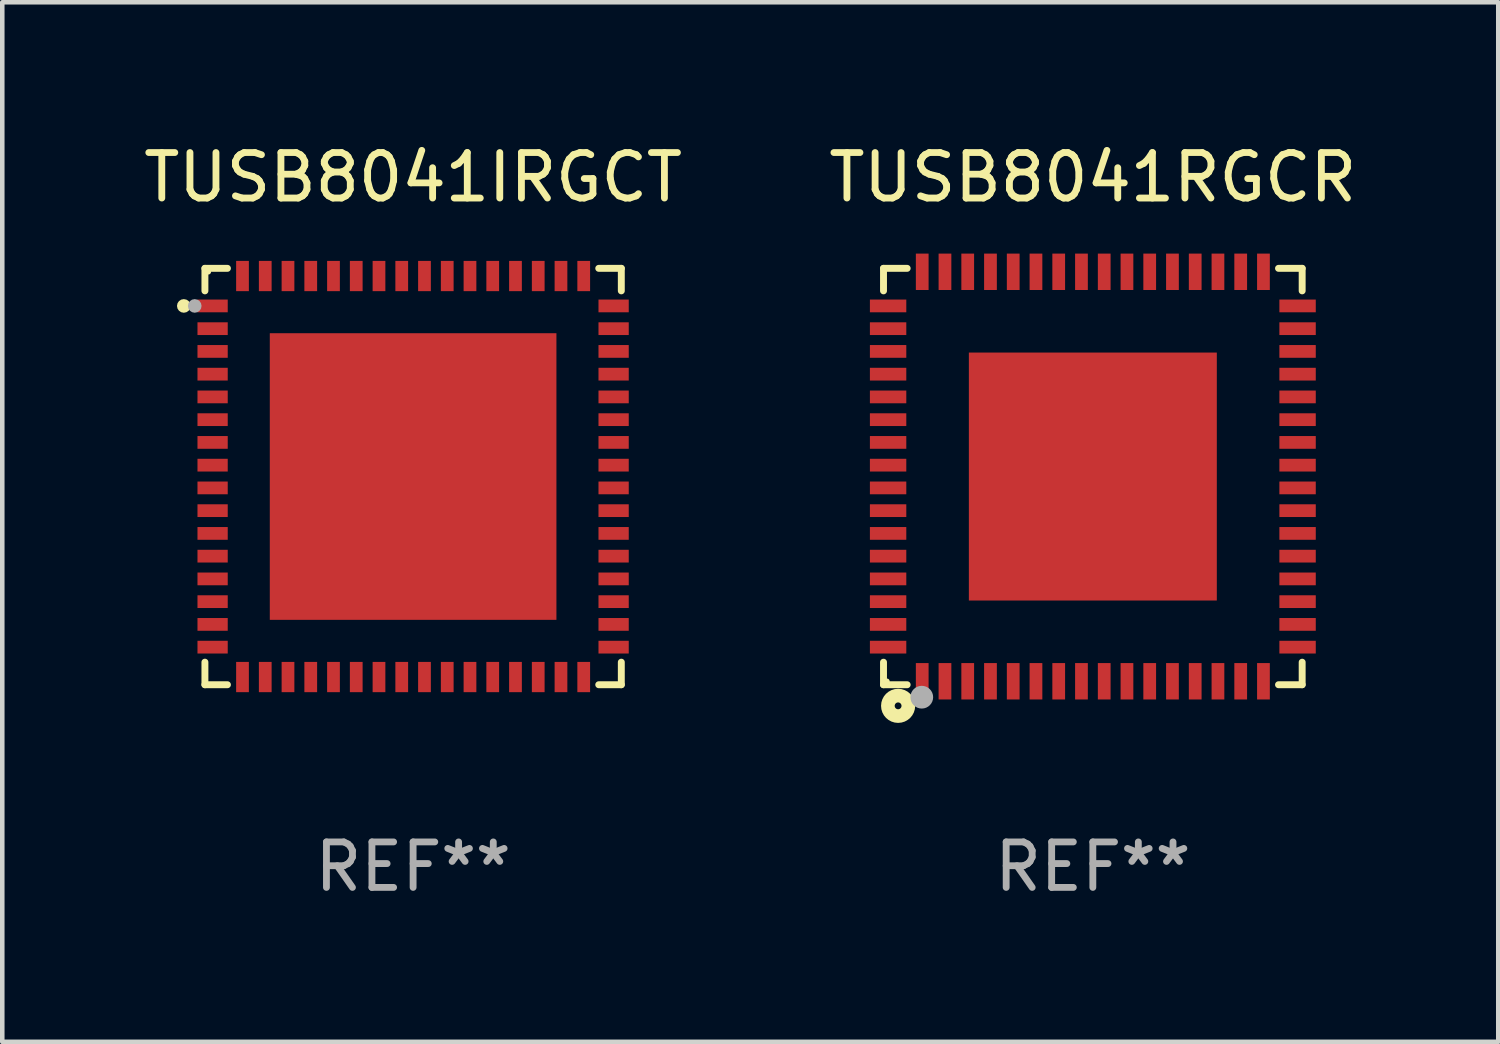
<source format=kicad_pcb>
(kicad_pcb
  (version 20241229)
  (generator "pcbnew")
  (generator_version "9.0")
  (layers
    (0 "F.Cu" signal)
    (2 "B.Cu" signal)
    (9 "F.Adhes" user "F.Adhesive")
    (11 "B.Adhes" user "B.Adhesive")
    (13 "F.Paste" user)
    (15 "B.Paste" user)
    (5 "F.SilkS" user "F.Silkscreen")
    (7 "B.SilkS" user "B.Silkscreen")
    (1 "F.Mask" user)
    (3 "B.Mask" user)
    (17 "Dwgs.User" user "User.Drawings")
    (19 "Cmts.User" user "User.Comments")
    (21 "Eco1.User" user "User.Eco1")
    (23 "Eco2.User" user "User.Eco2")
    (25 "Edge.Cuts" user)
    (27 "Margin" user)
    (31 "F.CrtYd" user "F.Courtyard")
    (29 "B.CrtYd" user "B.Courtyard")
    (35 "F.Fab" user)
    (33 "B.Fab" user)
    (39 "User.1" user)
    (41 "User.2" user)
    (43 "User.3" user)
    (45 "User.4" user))
  (footprint "TUSB8041RGCR"
    (layer "F.Cu")
    (at 20.97 7.424)
    (property "Reference" "TUSB8041RGCR" (at 0 -6.576 0) (layer "F.SilkS") (effects (font (size 1 1) (thickness 0.15))))
    (attr through_hole)
    (fp_line (start -4.601 -4.576) (end -4.081 -4.576) (stroke (width 0.152) (type solid)) (layer "F.SilkS"))
    (fp_line (start -4.601 -4.081) (end -4.601 -4.576) (stroke (width 0.152) (type solid)) (layer "F.SilkS"))
    (fp_line (start -4.601 4.081) (end -4.601 4.576) (stroke (width 0.152) (type solid)) (layer "F.SilkS"))
    (fp_line (start -4.601 4.576) (end -4.081 4.576) (stroke (width 0.152) (type solid)) (layer "F.SilkS"))
    (fp_line (start 4.601 -4.576) (end 4.081 -4.576) (stroke (width 0.152) (type solid)) (layer "F.SilkS"))
    (fp_line (start 4.601 -4.081) (end 4.601 -4.576) (stroke (width 0.152) (type solid)) (layer "F.SilkS"))
    (fp_line (start 4.601 4.081) (end 4.601 4.576) (stroke (width 0.152) (type solid)) (layer "F.SilkS"))
    (fp_line (start 4.601 4.576) (end 4.081 4.576) (stroke (width 0.152) (type solid)) (layer "F.SilkS"))
    (fp_circle (center -4.525 4.5) (end -4.495 4.5) (stroke (width 0.06) (type solid)) (fill no) (layer "F.SilkS"))
    (fp_circle (center -4.28 5.04) (end -4.205 5.04) (stroke (width 0.3) (type solid)) (fill no) (layer "F.SilkS"))
    (fp_circle (center -3.76 4.85) (end -3.635 4.85) (stroke (width 0.25) (type solid)) (fill no) (layer "F.Fab"))
    (fp_text user "REF**" (at 0 8.576 0) (layer "F.Fab") (effects (font (size 1 1) (thickness 0.15))))
    (pad "1" smd rect (at -3.75 4.5) (size 0.28 0.8) (layers "F.Cu" "F.Mask" "F.Paste"))
    (pad "2" smd rect (at -3.25 4.5) (size 0.28 0.8) (layers "F.Cu" "F.Mask" "F.Paste"))
    (pad "3" smd rect (at -2.75 4.5) (size 0.28 0.8) (layers "F.Cu" "F.Mask" "F.Paste"))
    (pad "4" smd rect (at -2.25 4.5) (size 0.28 0.8) (layers "F.Cu" "F.Mask" "F.Paste"))
    (pad "5" smd rect (at -1.75 4.5) (size 0.28 0.8) (layers "F.Cu" "F.Mask" "F.Paste"))
    (pad "6" smd rect (at -1.25 4.5) (size 0.28 0.8) (layers "F.Cu" "F.Mask" "F.Paste"))
    (pad "7" smd rect (at -0.75 4.5) (size 0.28 0.8) (layers "F.Cu" "F.Mask" "F.Paste"))
    (pad "8" smd rect (at -0.25 4.5) (size 0.28 0.8) (layers "F.Cu" "F.Mask" "F.Paste"))
    (pad "9" smd rect (at 0.25 4.5) (size 0.28 0.8) (layers "F.Cu" "F.Mask" "F.Paste"))
    (pad "10" smd rect (at 0.75 4.5) (size 0.28 0.8) (layers "F.Cu" "F.Mask" "F.Paste"))
    (pad "11" smd rect (at 1.25 4.5) (size 0.28 0.8) (layers "F.Cu" "F.Mask" "F.Paste"))
    (pad "12" smd rect (at 1.75 4.5) (size 0.28 0.8) (layers "F.Cu" "F.Mask" "F.Paste"))
    (pad "13" smd rect (at 2.25 4.5) (size 0.28 0.8) (layers "F.Cu" "F.Mask" "F.Paste"))
    (pad "14" smd rect (at 2.75 4.5) (size 0.28 0.8) (layers "F.Cu" "F.Mask" "F.Paste"))
    (pad "15" smd rect (at 3.25 4.5) (size 0.28 0.8) (layers "F.Cu" "F.Mask" "F.Paste"))
    (pad "16" smd rect (at 3.75 4.5) (size 0.28 0.8) (layers "F.Cu" "F.Mask" "F.Paste"))
    (pad "17" smd rect (at 4.5 3.75) (size 0.8 0.28) (layers "F.Cu" "F.Mask" "F.Paste"))
    (pad "18" smd rect (at 4.5 3.25) (size 0.8 0.28) (layers "F.Cu" "F.Mask" "F.Paste"))
    (pad "19" smd rect (at 4.5 2.75) (size 0.8 0.28) (layers "F.Cu" "F.Mask" "F.Paste"))
    (pad "20" smd rect (at 4.5 2.25) (size 0.8 0.28) (layers "F.Cu" "F.Mask" "F.Paste"))
    (pad "21" smd rect (at 4.5 1.75) (size 0.8 0.28) (layers "F.Cu" "F.Mask" "F.Paste"))
    (pad "22" smd rect (at 4.5 1.25) (size 0.8 0.28) (layers "F.Cu" "F.Mask" "F.Paste"))
    (pad "23" smd rect (at 4.5 0.75) (size 0.8 0.28) (layers "F.Cu" "F.Mask" "F.Paste"))
    (pad "24" smd rect (at 4.5 0.25) (size 0.8 0.28) (layers "F.Cu" "F.Mask" "F.Paste"))
    (pad "25" smd rect (at 4.5 -0.25) (size 0.8 0.28) (layers "F.Cu" "F.Mask" "F.Paste"))
    (pad "26" smd rect (at 4.5 -0.75) (size 0.8 0.28) (layers "F.Cu" "F.Mask" "F.Paste"))
    (pad "27" smd rect (at 4.5 -1.25) (size 0.8 0.28) (layers "F.Cu" "F.Mask" "F.Paste"))
    (pad "28" smd rect (at 4.5 -1.75) (size 0.8 0.28) (layers "F.Cu" "F.Mask" "F.Paste"))
    (pad "29" smd rect (at 4.5 -2.25) (size 0.8 0.28) (layers "F.Cu" "F.Mask" "F.Paste"))
    (pad "30" smd rect (at 4.5 -2.75) (size 0.8 0.28) (layers "F.Cu" "F.Mask" "F.Paste"))
    (pad "31" smd rect (at 4.5 -3.25) (size 0.8 0.28) (layers "F.Cu" "F.Mask" "F.Paste"))
    (pad "32" smd rect (at 4.5 -3.75) (size 0.8 0.28) (layers "F.Cu" "F.Mask" "F.Paste"))
    (pad "33" smd rect (at 3.75 -4.5) (size 0.28 0.8) (layers "F.Cu" "F.Mask" "F.Paste"))
    (pad "34" smd rect (at 3.25 -4.5) (size 0.28 0.8) (layers "F.Cu" "F.Mask" "F.Paste"))
    (pad "35" smd rect (at 2.75 -4.5) (size 0.28 0.8) (layers "F.Cu" "F.Mask" "F.Paste"))
    (pad "36" smd rect (at 2.25 -4.5) (size 0.28 0.8) (layers "F.Cu" "F.Mask" "F.Paste"))
    (pad "37" smd rect (at 1.75 -4.5) (size 0.28 0.8) (layers "F.Cu" "F.Mask" "F.Paste"))
    (pad "38" smd rect (at 1.25 -4.5) (size 0.28 0.8) (layers "F.Cu" "F.Mask" "F.Paste"))
    (pad "39" smd rect (at 0.75 -4.5) (size 0.28 0.8) (layers "F.Cu" "F.Mask" "F.Paste"))
    (pad "40" smd rect (at 0.25 -4.5) (size 0.28 0.8) (layers "F.Cu" "F.Mask" "F.Paste"))
    (pad "41" smd rect (at -0.25 -4.5) (size 0.28 0.8) (layers "F.Cu" "F.Mask" "F.Paste"))
    (pad "42" smd rect (at -0.75 -4.5) (size 0.28 0.8) (layers "F.Cu" "F.Mask" "F.Paste"))
    (pad "43" smd rect (at -1.25 -4.5) (size 0.28 0.8) (layers "F.Cu" "F.Mask" "F.Paste"))
    (pad "44" smd rect (at -1.75 -4.5) (size 0.28 0.8) (layers "F.Cu" "F.Mask" "F.Paste"))
    (pad "45" smd rect (at -2.25 -4.5) (size 0.28 0.8) (layers "F.Cu" "F.Mask" "F.Paste"))
    (pad "46" smd rect (at -2.75 -4.5) (size 0.28 0.8) (layers "F.Cu" "F.Mask" "F.Paste"))
    (pad "47" smd rect (at -3.25 -4.5) (size 0.28 0.8) (layers "F.Cu" "F.Mask" "F.Paste"))
    (pad "48" smd rect (at -3.75 -4.5) (size 0.28 0.8) (layers "F.Cu" "F.Mask" "F.Paste"))
    (pad "49" smd rect (at -4.5 -3.75) (size 0.8 0.28) (layers "F.Cu" "F.Mask" "F.Paste"))
    (pad "50" smd rect (at -4.5 -3.25) (size 0.8 0.28) (layers "F.Cu" "F.Mask" "F.Paste"))
    (pad "51" smd rect (at -4.5 -2.75) (size 0.8 0.28) (layers "F.Cu" "F.Mask" "F.Paste"))
    (pad "52" smd rect (at -4.5 -2.25) (size 0.8 0.28) (layers "F.Cu" "F.Mask" "F.Paste"))
    (pad "53" smd rect (at -4.5 -1.75) (size 0.8 0.28) (layers "F.Cu" "F.Mask" "F.Paste"))
    (pad "54" smd rect (at -4.5 -1.25) (size 0.8 0.28) (layers "F.Cu" "F.Mask" "F.Paste"))
    (pad "55" smd rect (at -4.5 -0.75) (size 0.8 0.28) (layers "F.Cu" "F.Mask" "F.Paste"))
    (pad "56" smd rect (at -4.5 -0.25) (size 0.8 0.28) (layers "F.Cu" "F.Mask" "F.Paste"))
    (pad "57" smd rect (at -4.5 0.25) (size 0.8 0.28) (layers "F.Cu" "F.Mask" "F.Paste"))
    (pad "58" smd rect (at -4.5 0.75) (size 0.8 0.28) (layers "F.Cu" "F.Mask" "F.Paste"))
    (pad "59" smd rect (at -4.5 1.25) (size 0.8 0.28) (layers "F.Cu" "F.Mask" "F.Paste"))
    (pad "60" smd rect (at -4.5 1.75) (size 0.8 0.28) (layers "F.Cu" "F.Mask" "F.Paste"))
    (pad "61" smd rect (at -4.5 2.25) (size 0.8 0.28) (layers "F.Cu" "F.Mask" "F.Paste"))
    (pad "62" smd rect (at -4.5 2.75) (size 0.8 0.28) (layers "F.Cu" "F.Mask" "F.Paste"))
    (pad "63" smd rect (at -4.5 3.25) (size 0.8 0.28) (layers "F.Cu" "F.Mask" "F.Paste"))
    (pad "64" smd rect (at -4.5 3.75) (size 0.8 0.28) (layers "F.Cu" "F.Mask" "F.Paste"))
    (pad "65" smd rect (at 0 0) (size 5.45 5.45) (layers "F.Cu" "F.Mask" "F.Paste")))
  (footprint "TUSB8041IRGCT"
    (layer "F.Cu")
    (at 6.03 7.424)
    (property "Reference" "TUSB8041IRGCT" (at 0 -6.576 0) (layer "F.SilkS") (effects (font (size 1 1) (thickness 0.15))))
    (attr through_hole)
    (fp_line (start -4.576 -4.576) (end -4.576 -4.081) (stroke (width 0.152) (type solid)) (layer "F.SilkS"))
    (fp_line (start -4.576 4.576) (end -4.576 4.08) (stroke (width 0.152) (type solid)) (layer "F.SilkS"))
    (fp_line (start -4.081 -4.576) (end -4.576 -4.576) (stroke (width 0.152) (type solid)) (layer "F.SilkS"))
    (fp_line (start -4.081 4.576) (end -4.576 4.576) (stroke (width 0.152) (type solid)) (layer "F.SilkS"))
    (fp_line (start 4.08 -4.576) (end 4.576 -4.576) (stroke (width 0.152) (type solid)) (layer "F.SilkS"))
    (fp_line (start 4.08 4.576) (end 4.576 4.576) (stroke (width 0.152) (type solid)) (layer "F.SilkS"))
    (fp_line (start 4.576 -4.576) (end 4.576 -4.081) (stroke (width 0.152) (type solid)) (layer "F.SilkS"))
    (fp_line (start 4.576 4.576) (end 4.576 4.08) (stroke (width 0.152) (type solid)) (layer "F.SilkS"))
    (fp_circle (center -5.04 -3.75) (end -4.965 -3.75) (stroke (width 0.15) (type solid)) (fill no) (layer "F.SilkS"))
    (fp_circle (center -4.5 -4.5) (end -4.47 -4.5) (stroke (width 0.06) (type solid)) (fill no) (layer "F.SilkS"))
    (fp_circle (center -4.8 -3.75) (end -4.725 -3.75) (stroke (width 0.15) (type solid)) (fill no) (layer "F.Fab"))
    (fp_text user "REF**" (at 0 8.576 0) (layer "F.Fab") (effects (font (size 1 1) (thickness 0.15))))
    (pad "1" smd rect (at -4.407 -3.75) (size 0.665 0.28) (layers "F.Cu" "F.Mask" "F.Paste"))
    (pad "2" smd rect (at -4.407 -3.25) (size 0.665 0.28) (layers "F.Cu" "F.Mask" "F.Paste"))
    (pad "3" smd rect (at -4.407 -2.75) (size 0.665 0.28) (layers "F.Cu" "F.Mask" "F.Paste"))
    (pad "4" smd rect (at -4.407 -2.25) (size 0.665 0.28) (layers "F.Cu" "F.Mask" "F.Paste"))
    (pad "5" smd rect (at -4.407 -1.75) (size 0.665 0.28) (layers "F.Cu" "F.Mask" "F.Paste"))
    (pad "6" smd rect (at -4.407 -1.25) (size 0.665 0.28) (layers "F.Cu" "F.Mask" "F.Paste"))
    (pad "7" smd rect (at -4.407 -0.75) (size 0.665 0.28) (layers "F.Cu" "F.Mask" "F.Paste"))
    (pad "8" smd rect (at -4.407 -0.25) (size 0.665 0.28) (layers "F.Cu" "F.Mask" "F.Paste"))
    (pad "9" smd rect (at -4.407 0.25) (size 0.665 0.28) (layers "F.Cu" "F.Mask" "F.Paste"))
    (pad "10" smd rect (at -4.407 0.75) (size 0.665 0.28) (layers "F.Cu" "F.Mask" "F.Paste"))
    (pad "11" smd rect (at -4.407 1.25) (size 0.665 0.28) (layers "F.Cu" "F.Mask" "F.Paste"))
    (pad "12" smd rect (at -4.407 1.75) (size 0.665 0.28) (layers "F.Cu" "F.Mask" "F.Paste"))
    (pad "13" smd rect (at -4.407 2.25) (size 0.665 0.28) (layers "F.Cu" "F.Mask" "F.Paste"))
    (pad "14" smd rect (at -4.407 2.75) (size 0.665 0.28) (layers "F.Cu" "F.Mask" "F.Paste"))
    (pad "15" smd rect (at -4.407 3.25) (size 0.665 0.28) (layers "F.Cu" "F.Mask" "F.Paste"))
    (pad "16" smd rect (at -4.407 3.75) (size 0.665 0.28) (layers "F.Cu" "F.Mask" "F.Paste"))
    (pad "17" smd rect (at -3.75 4.407) (size 0.28 0.665) (layers "F.Cu" "F.Mask" "F.Paste"))
    (pad "18" smd rect (at -3.25 4.407) (size 0.28 0.665) (layers "F.Cu" "F.Mask" "F.Paste"))
    (pad "19" smd rect (at -2.75 4.407) (size 0.28 0.665) (layers "F.Cu" "F.Mask" "F.Paste"))
    (pad "20" smd rect (at -2.25 4.407) (size 0.28 0.665) (layers "F.Cu" "F.Mask" "F.Paste"))
    (pad "21" smd rect (at -1.75 4.407) (size 0.28 0.665) (layers "F.Cu" "F.Mask" "F.Paste"))
    (pad "22" smd rect (at -1.25 4.407) (size 0.28 0.665) (layers "F.Cu" "F.Mask" "F.Paste"))
    (pad "23" smd rect (at -0.75 4.407) (size 0.28 0.665) (layers "F.Cu" "F.Mask" "F.Paste"))
    (pad "24" smd rect (at -0.25 4.407) (size 0.28 0.665) (layers "F.Cu" "F.Mask" "F.Paste"))
    (pad "25" smd rect (at 0.25 4.407) (size 0.28 0.665) (layers "F.Cu" "F.Mask" "F.Paste"))
    (pad "26" smd rect (at 0.75 4.407) (size 0.28 0.665) (layers "F.Cu" "F.Mask" "F.Paste"))
    (pad "27" smd rect (at 1.25 4.407) (size 0.28 0.665) (layers "F.Cu" "F.Mask" "F.Paste"))
    (pad "28" smd rect (at 1.75 4.407) (size 0.28 0.665) (layers "F.Cu" "F.Mask" "F.Paste"))
    (pad "29" smd rect (at 2.25 4.407) (size 0.28 0.665) (layers "F.Cu" "F.Mask" "F.Paste"))
    (pad "30" smd rect (at 2.75 4.407) (size 0.28 0.665) (layers "F.Cu" "F.Mask" "F.Paste"))
    (pad "31" smd rect (at 3.25 4.407) (size 0.28 0.665) (layers "F.Cu" "F.Mask" "F.Paste"))
    (pad "32" smd rect (at 3.75 4.407) (size 0.28 0.665) (layers "F.Cu" "F.Mask" "F.Paste"))
    (pad "33" smd rect (at 4.407 3.75) (size 0.665 0.28) (layers "F.Cu" "F.Mask" "F.Paste"))
    (pad "34" smd rect (at 4.407 3.25) (size 0.665 0.28) (layers "F.Cu" "F.Mask" "F.Paste"))
    (pad "35" smd rect (at 4.407 2.75) (size 0.665 0.28) (layers "F.Cu" "F.Mask" "F.Paste"))
    (pad "36" smd rect (at 4.407 2.25) (size 0.665 0.28) (layers "F.Cu" "F.Mask" "F.Paste"))
    (pad "37" smd rect (at 4.407 1.75) (size 0.665 0.28) (layers "F.Cu" "F.Mask" "F.Paste"))
    (pad "38" smd rect (at 4.407 1.25) (size 0.665 0.28) (layers "F.Cu" "F.Mask" "F.Paste"))
    (pad "39" smd rect (at 4.407 0.75) (size 0.665 0.28) (layers "F.Cu" "F.Mask" "F.Paste"))
    (pad "40" smd rect (at 4.407 0.25) (size 0.665 0.28) (layers "F.Cu" "F.Mask" "F.Paste"))
    (pad "41" smd rect (at 4.407 -0.25) (size 0.665 0.28) (layers "F.Cu" "F.Mask" "F.Paste"))
    (pad "42" smd rect (at 4.407 -0.75) (size 0.665 0.28) (layers "F.Cu" "F.Mask" "F.Paste"))
    (pad "43" smd rect (at 4.407 -1.25) (size 0.665 0.28) (layers "F.Cu" "F.Mask" "F.Paste"))
    (pad "44" smd rect (at 4.407 -1.75) (size 0.665 0.28) (layers "F.Cu" "F.Mask" "F.Paste"))
    (pad "45" smd rect (at 4.407 -2.25) (size 0.665 0.28) (layers "F.Cu" "F.Mask" "F.Paste"))
    (pad "46" smd rect (at 4.407 -2.75) (size 0.665 0.28) (layers "F.Cu" "F.Mask" "F.Paste"))
    (pad "47" smd rect (at 4.407 -3.25) (size 0.665 0.28) (layers "F.Cu" "F.Mask" "F.Paste"))
    (pad "48" smd rect (at 4.407 -3.75) (size 0.665 0.28) (layers "F.Cu" "F.Mask" "F.Paste"))
    (pad "49" smd rect (at 3.75 -4.407) (size 0.28 0.665) (layers "F.Cu" "F.Mask" "F.Paste"))
    (pad "50" smd rect (at 3.25 -4.407) (size 0.28 0.665) (layers "F.Cu" "F.Mask" "F.Paste"))
    (pad "51" smd rect (at 2.75 -4.407) (size 0.28 0.665) (layers "F.Cu" "F.Mask" "F.Paste"))
    (pad "52" smd rect (at 2.25 -4.407) (size 0.28 0.665) (layers "F.Cu" "F.Mask" "F.Paste"))
    (pad "53" smd rect (at 1.75 -4.407) (size 0.28 0.665) (layers "F.Cu" "F.Mask" "F.Paste"))
    (pad "54" smd rect (at 1.25 -4.407) (size 0.28 0.665) (layers "F.Cu" "F.Mask" "F.Paste"))
    (pad "55" smd rect (at 0.75 -4.407) (size 0.28 0.665) (layers "F.Cu" "F.Mask" "F.Paste"))
    (pad "56" smd rect (at 0.25 -4.407) (size 0.28 0.665) (layers "F.Cu" "F.Mask" "F.Paste"))
    (pad "57" smd rect (at -0.25 -4.407) (size 0.28 0.665) (layers "F.Cu" "F.Mask" "F.Paste"))
    (pad "58" smd rect (at -0.75 -4.407) (size 0.28 0.665) (layers "F.Cu" "F.Mask" "F.Paste"))
    (pad "59" smd rect (at -1.25 -4.407) (size 0.28 0.665) (layers "F.Cu" "F.Mask" "F.Paste"))
    (pad "60" smd rect (at -1.75 -4.407) (size 0.28 0.665) (layers "F.Cu" "F.Mask" "F.Paste"))
    (pad "61" smd rect (at -2.25 -4.407) (size 0.28 0.665) (layers "F.Cu" "F.Mask" "F.Paste"))
    (pad "62" smd rect (at -2.75 -4.407) (size 0.28 0.665) (layers "F.Cu" "F.Mask" "F.Paste"))
    (pad "63" smd rect (at -3.25 -4.407) (size 0.28 0.665) (layers "F.Cu" "F.Mask" "F.Paste"))
    (pad "64" smd rect (at -3.75 -4.407) (size 0.28 0.665) (layers "F.Cu" "F.Mask" "F.Paste"))
    (pad "65" smd rect (at -0.000025 0) (size 6.3 6.3) (layers "F.Cu" "F.Mask" "F.Paste")))
  (gr_rect
    (start -3 -3)
    (end 29.881 19.849)
    (stroke (width 0.1) (type default))
    (fill no)
    (layer "Edge.Cuts")))
</source>
